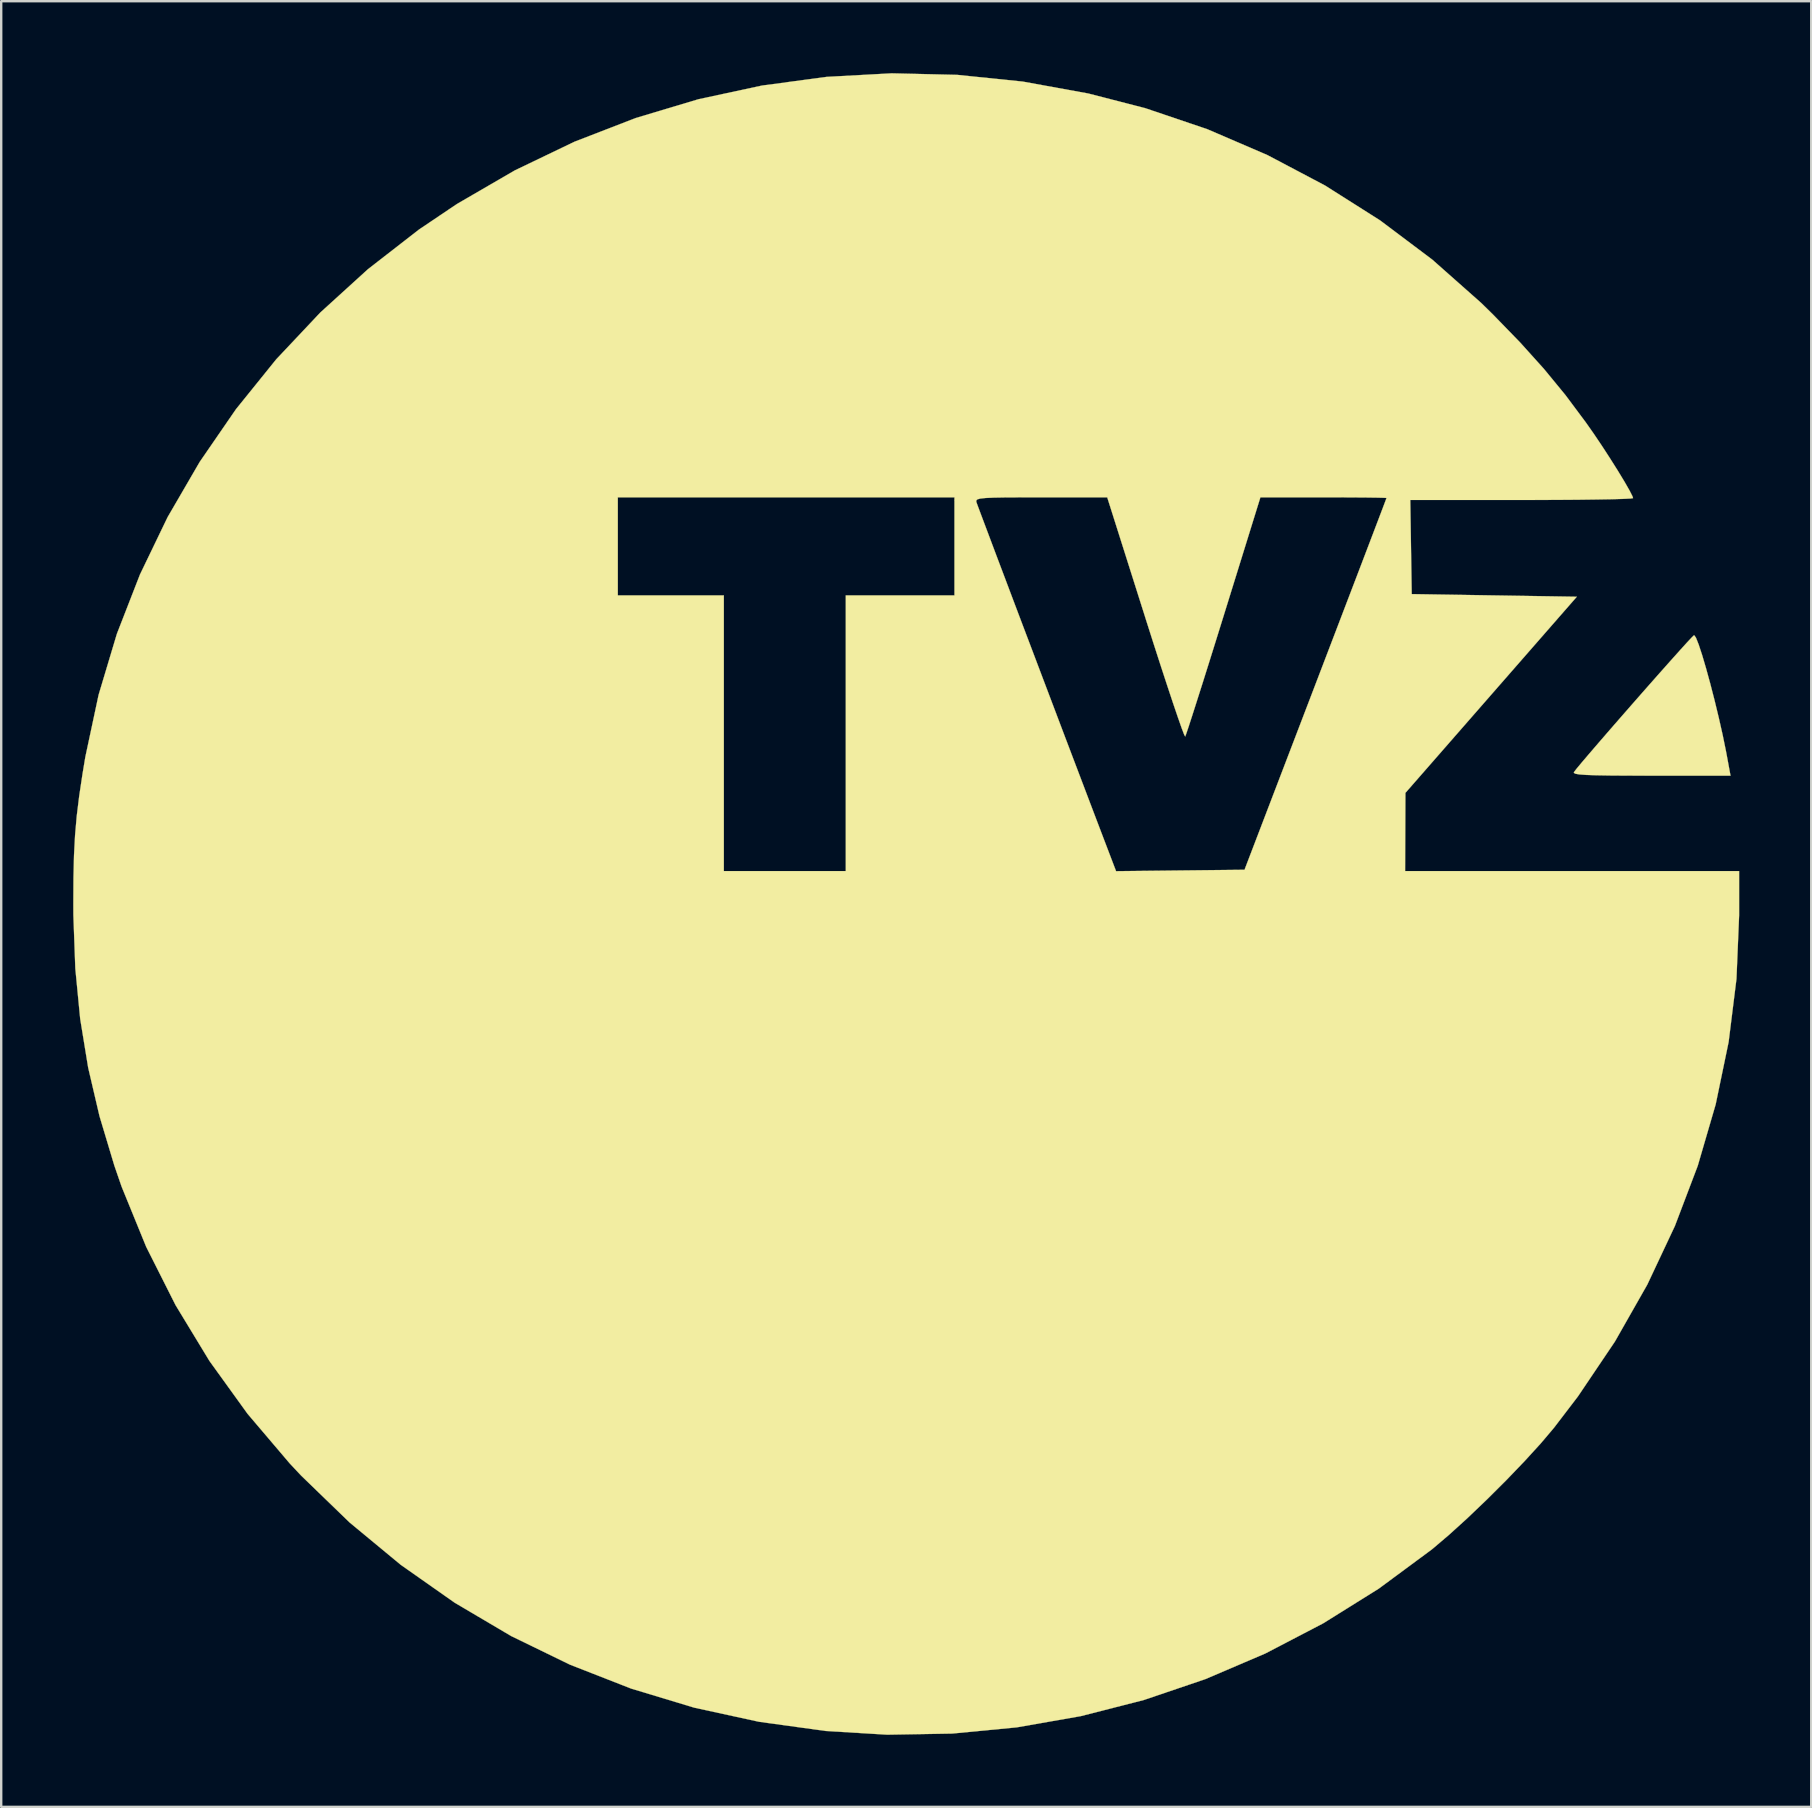
<source format=kicad_pcb>
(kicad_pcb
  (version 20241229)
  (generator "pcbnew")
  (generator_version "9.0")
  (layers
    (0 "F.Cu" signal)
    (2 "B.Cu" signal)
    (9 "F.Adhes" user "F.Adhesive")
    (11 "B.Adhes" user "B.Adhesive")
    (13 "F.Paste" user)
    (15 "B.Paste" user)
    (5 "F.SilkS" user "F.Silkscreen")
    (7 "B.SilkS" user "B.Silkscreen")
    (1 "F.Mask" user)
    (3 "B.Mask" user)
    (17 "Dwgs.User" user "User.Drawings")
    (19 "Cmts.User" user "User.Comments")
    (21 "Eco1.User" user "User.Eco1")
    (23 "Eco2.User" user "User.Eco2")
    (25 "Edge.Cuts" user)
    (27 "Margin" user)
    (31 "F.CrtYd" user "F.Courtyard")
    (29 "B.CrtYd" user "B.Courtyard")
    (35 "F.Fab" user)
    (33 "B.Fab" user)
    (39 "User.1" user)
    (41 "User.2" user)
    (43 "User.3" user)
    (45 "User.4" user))
  (footprint "logo1"
    (layer "F.Cu")
    (at 38.922 35.007)
    (property "Reference" "logo1" (at 0 0 0) (layer "F.SilkS") (effects (font (size 1.524 1.524) (thickness 0.3))))
    (attr through_hole)
    (fp_poly (pts (xy 28.681 -11.493) (xy 28.795 -11.207) (xy 28.939 -10.769) (xy 29.103 -10.213) (xy 29.28 -9.569) (xy 29.46 -8.87) (xy 29.634 -8.149) (xy 29.795 -7.437) (xy 29.932 -6.767) (xy 29.964 -6.598) (xy 30.122 -5.743) (xy 26.817 -5.743) (xy 25.857 -5.744) (xy 25.098 -5.749) (xy 24.519 -5.759) (xy 24.099 -5.774) (xy 23.819 -5.795) (xy 23.659 -5.823) (xy 23.596 -5.86) (xy 23.6 -5.89) (xy 23.702 -6.023) (xy 23.925 -6.292) (xy 24.249 -6.672) (xy 24.653 -7.142) (xy 25.117 -7.678) (xy 25.62 -8.255) (xy 26.142 -8.852) (xy 26.663 -9.444) (xy 27.161 -10.008) (xy 27.617 -10.521) (xy 28.01 -10.96) (xy 28.319 -11.301) (xy 28.525 -11.52) (xy 28.605 -11.596) (xy 28.681 -11.493)) (stroke (width 0.01) (type solid)) (fill yes) (layer "F.SilkS"))
    (fp_poly (pts (xy -2.095 -34.938) (xy 0.638 -34.658) (xy 3.365 -34.162) (xy 5.743 -33.549) (xy 8.326 -32.674) (xy 10.826 -31.598) (xy 13.23 -30.329) (xy 15.525 -28.874) (xy 17.697 -27.241) (xy 19.734 -25.437) (xy 20.217 -24.964) (xy 21.354 -23.793) (xy 22.35 -22.687) (xy 23.248 -21.594) (xy 24.092 -20.462) (xy 24.424 -19.989) (xy 24.766 -19.481) (xy 25.108 -18.954) (xy 25.429 -18.445) (xy 25.706 -17.988) (xy 25.917 -17.619) (xy 26.04 -17.376) (xy 26.063 -17.304) (xy 25.956 -17.288) (xy 25.651 -17.273) (xy 25.171 -17.259) (xy 24.539 -17.248) (xy 23.777 -17.238) (xy 22.908 -17.232) (xy 21.955 -17.228) (xy 21.422 -17.228) (xy 16.781 -17.228) (xy 16.841 -13.307) (xy 20.28 -13.252) (xy 23.719 -13.197) (xy 16.578 -5.025) (xy 16.572 -3.396) (xy 16.565 -1.767) (xy 30.48 -1.767) (xy 30.48 0.083) (xy 30.37 2.726) (xy 30.043 5.353) (xy 29.504 7.951) (xy 28.757 10.51) (xy 27.805 13.017) (xy 26.654 15.462) (xy 25.306 17.833) (xy 23.766 20.118) (xy 22.768 21.424) (xy 22.219 22.073) (xy 21.541 22.816) (xy 20.777 23.612) (xy 19.968 24.418) (xy 19.159 25.191) (xy 18.392 25.887) (xy 17.711 26.466) (xy 17.67 26.499) (xy 15.467 28.127) (xy 13.152 29.572) (xy 10.74 30.829) (xy 8.243 31.896) (xy 5.676 32.767) (xy 3.053 33.438) (xy 0.389 33.905) (xy -2.304 34.164) (xy -5.01 34.211) (xy -7.565 34.057) (xy -10.345 33.674) (xy -13.053 33.084) (xy -15.682 32.289) (xy -18.226 31.294) (xy -20.677 30.101) (xy -23.029 28.713) (xy -25.275 27.135) (xy -27.409 25.369) (xy -29.424 23.419) (xy -29.897 22.915) (xy -31.656 20.846) (xy -33.246 18.641) (xy -34.657 16.317) (xy -35.88 13.891) (xy -36.905 11.38) (xy -37.207 10.507) (xy -37.827 8.441) (xy -38.299 6.421) (xy -38.631 4.39) (xy -38.834 2.292) (xy -38.915 0.069) (xy -38.917 -0.387) (xy -38.911 -1.481) (xy -38.889 -2.417) (xy -38.845 -3.255) (xy -38.775 -4.059) (xy -38.673 -4.89) (xy -38.535 -5.81) (xy -38.418 -6.516) (xy -37.864 -9.11) (xy -37.103 -11.65) (xy -36.141 -14.122) (xy -34.988 -16.515) (xy -34.509 -17.338) (xy -16.234 -17.338) (xy -16.234 -13.252) (xy -11.817 -13.252) (xy -11.817 -1.767) (xy -6.737 -1.767) (xy -6.737 -13.252) (xy -2.209 -13.252) (xy -2.209 -17.208) (xy -1.3 -17.208) (xy -1.298 -17.149) (xy -1.297 -17.145) (xy -1.253 -17.021) (xy -1.137 -16.71) (xy -0.957 -16.231) (xy -0.721 -15.603) (xy -0.436 -14.845) (xy -0.108 -13.977) (xy 0.254 -13.017) (xy 0.644 -11.985) (xy 1.055 -10.901) (xy 1.478 -9.783) (xy 1.907 -8.65) (xy 2.334 -7.522) (xy 2.753 -6.418) (xy 3.156 -5.357) (xy 3.535 -4.358) (xy 3.884 -3.441) (xy 4.195 -2.625) (xy 4.407 -2.069) (xy 4.524 -1.763) (xy 7.199 -1.793) (xy 9.875 -1.822) (xy 12.833 -9.553) (xy 13.308 -10.796) (xy 13.76 -11.978) (xy 14.182 -13.083) (xy 14.569 -14.095) (xy 14.913 -14.997) (xy 15.209 -15.774) (xy 15.451 -16.41) (xy 15.633 -16.889) (xy 15.748 -17.194) (xy 15.791 -17.31) (xy 15.791 -17.311) (xy 15.686 -17.318) (xy 15.391 -17.325) (xy 14.935 -17.331) (xy 14.349 -17.335) (xy 13.663 -17.338) (xy 13.164 -17.338) (xy 10.537 -17.338) (xy 9.003 -12.396) (xy 8.691 -11.394) (xy 8.398 -10.457) (xy 8.13 -9.605) (xy 7.893 -8.861) (xy 7.696 -8.244) (xy 7.544 -7.776) (xy 7.444 -7.479) (xy 7.403 -7.373) (xy 7.358 -7.459) (xy 7.253 -7.735) (xy 7.096 -8.182) (xy 6.893 -8.78) (xy 6.651 -9.509) (xy 6.376 -10.348) (xy 6.076 -11.278) (xy 5.757 -12.279) (xy 5.746 -12.315) (xy 4.155 -17.338) (xy 1.402 -17.338) (xy 0.551 -17.337) (xy -0.103 -17.334) (xy -0.586 -17.325) (xy -0.922 -17.31) (xy -1.137 -17.286) (xy -1.255 -17.253) (xy -1.3 -17.208) (xy -2.209 -17.208) (xy -2.209 -17.338) (xy -16.234 -17.338) (xy -34.509 -17.338) (xy -33.651 -18.815) (xy -32.14 -21.011) (xy -30.463 -23.089) (xy -28.628 -25.037) (xy -26.643 -26.842) (xy -24.518 -28.493) (xy -22.937 -29.558) (xy -20.525 -30.958) (xy -18.038 -32.153) (xy -15.485 -33.141) (xy -12.877 -33.922) (xy -10.224 -34.493) (xy -7.536 -34.854) (xy -4.823 -35.002) (xy -2.095 -34.938)) (stroke (width 0.01) (type solid)) (fill yes) (layer "F.SilkS")))
  (gr_rect
    (start -3 -3)
    (end 72.407 72.224)
    (stroke (width 0.1) (type default))
    (fill no)
    (layer "Edge.Cuts")))
</source>
